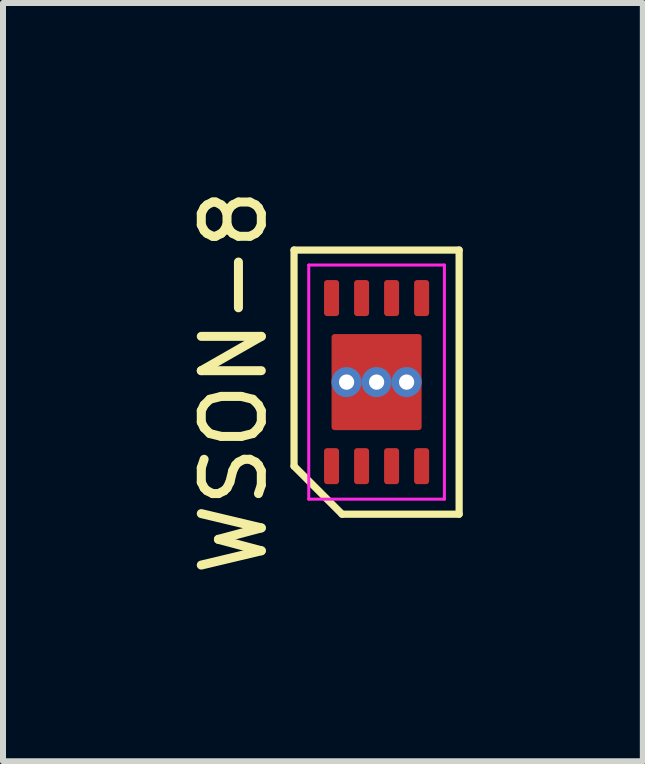
<source format=kicad_pcb>
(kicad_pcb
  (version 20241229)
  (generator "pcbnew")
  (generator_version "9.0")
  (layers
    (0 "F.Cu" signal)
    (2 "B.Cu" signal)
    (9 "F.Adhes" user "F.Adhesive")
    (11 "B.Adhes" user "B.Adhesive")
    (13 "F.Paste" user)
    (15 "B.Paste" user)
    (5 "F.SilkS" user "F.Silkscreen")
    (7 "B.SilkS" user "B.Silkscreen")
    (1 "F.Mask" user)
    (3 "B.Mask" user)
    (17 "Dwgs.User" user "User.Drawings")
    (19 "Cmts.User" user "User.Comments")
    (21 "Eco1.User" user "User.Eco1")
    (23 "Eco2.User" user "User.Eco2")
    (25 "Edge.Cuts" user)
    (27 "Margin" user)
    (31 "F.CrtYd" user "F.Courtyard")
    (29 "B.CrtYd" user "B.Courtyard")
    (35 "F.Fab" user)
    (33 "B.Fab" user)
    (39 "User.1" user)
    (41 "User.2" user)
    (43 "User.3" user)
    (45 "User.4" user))
  (footprint "WSON-8"
    (layer "F.Cu")
    (at 3.223 3.315)
    (property "Reference" "WSON-8" (at -2.375 0 90) (layer "F.SilkS") (effects (font (size 1 1) (thickness 0.15))))
    (attr smd)
    (fp_line (start -1.375 -2.2) (end 1.375 -2.2) (stroke (width 0.12) (type solid)) (layer "F.SilkS"))
    (fp_line (start -1.375 1.4) (end -1.375 -2.2) (stroke (width 0.12) (type solid)) (layer "F.SilkS"))
    (fp_line (start -0.575 2.2) (end -1.375 1.4) (stroke (width 0.12) (type solid)) (layer "F.SilkS"))
    (fp_line (start 1.375 -2.2) (end 1.375 2.2) (stroke (width 0.12) (type solid)) (layer "F.SilkS"))
    (fp_line (start 1.375 2.2) (end -0.575 2.2) (stroke (width 0.12) (type solid)) (layer "F.SilkS"))
    (fp_line (start -1.13 -1.95) (end 1.13 -1.95) (stroke (width 0.05) (type solid)) (layer "F.CrtYd"))
    (fp_line (start -1.13 1.95) (end -1.13 -1.95) (stroke (width 0.05) (type solid)) (layer "F.CrtYd"))
    (fp_line (start 1.13 -1.95) (end 1.13 1.95) (stroke (width 0.05) (type solid)) (layer "F.CrtYd"))
    (fp_line (start 1.13 1.95) (end -1.13 1.95) (stroke (width 0.05) (type solid)) (layer "F.CrtYd"))
    (pad "1" smd roundrect (at -0.75 1.4) (size 0.25 0.6) (layers "F.Cu" "F.Mask" "F.Paste") (roundrect_rratio 0.2))
    (pad "2" smd roundrect (at -0.25 1.4) (size 0.25 0.6) (layers "F.Cu" "F.Mask" "F.Paste") (roundrect_rratio 0.2))
    (pad "3" smd roundrect (at 0.25 1.4) (size 0.25 0.6) (layers "F.Cu" "F.Mask" "F.Paste") (roundrect_rratio 0.2))
    (pad "4" smd roundrect (at 0.75 1.4) (size 0.25 0.6) (layers "F.Cu" "F.Mask" "F.Paste") (roundrect_rratio 0.2))
    (pad "5" smd roundrect (at 0.75 -1.4) (size 0.25 0.6) (layers "F.Cu" "F.Mask" "F.Paste") (roundrect_rratio 0.2))
    (pad "6" smd roundrect (at 0.25 -1.4) (size 0.25 0.6) (layers "F.Cu" "F.Mask" "F.Paste") (roundrect_rratio 0.2))
    (pad "7" smd roundrect (at -0.25 -1.4) (size 0.25 0.6) (layers "F.Cu" "F.Mask" "F.Paste") (roundrect_rratio 0.2))
    (pad "8" smd roundrect (at -0.75 -1.4) (size 0.25 0.6) (layers "F.Cu" "F.Mask" "F.Paste") (roundrect_rratio 0.2))
    (pad "9" thru_hole circle (at -0.5 0) (size 0.5 0.5) (drill 0.254) (layers "*.Cu" "*.Mask"))
    (pad "9" thru_hole circle (at 0 0) (size 0.5 0.5) (drill 0.254) (layers "*.Cu" "*.Mask"))
    (pad "9" smd roundrect (at 0 0) (size 1.5 1.6) (layers "F.Cu" "F.Mask" "F.Paste") (roundrect_rratio 0.033))
    (pad "9" thru_hole circle (at 0.5 0) (size 0.5 0.5) (drill 0.254) (layers "*.Cu" "*.Mask")))
  (gr_rect
    (start -3 -3)
    (end 7.658 9.631)
    (stroke (width 0.1) (type default))
    (fill no)
    (layer "Edge.Cuts")))
</source>
